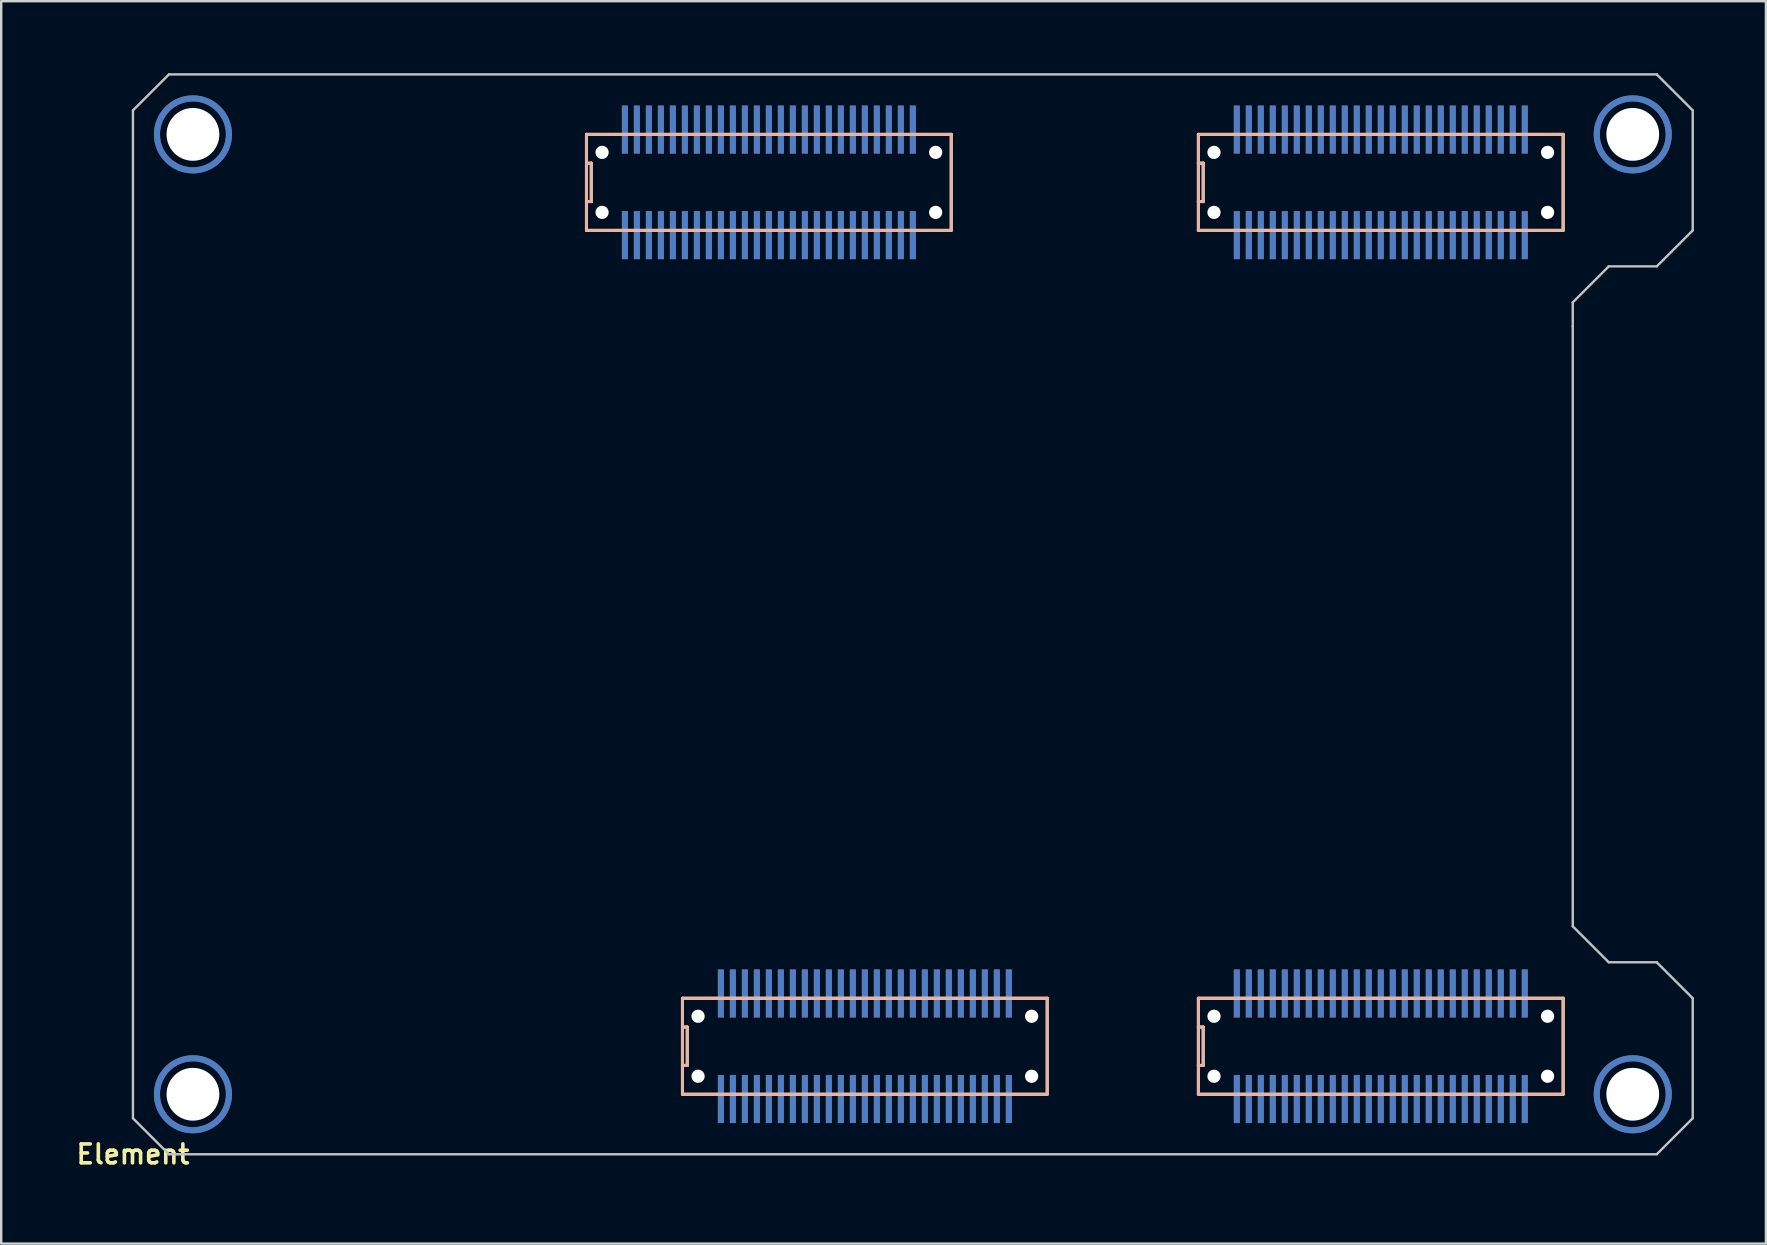
<source format=kicad_pcb>
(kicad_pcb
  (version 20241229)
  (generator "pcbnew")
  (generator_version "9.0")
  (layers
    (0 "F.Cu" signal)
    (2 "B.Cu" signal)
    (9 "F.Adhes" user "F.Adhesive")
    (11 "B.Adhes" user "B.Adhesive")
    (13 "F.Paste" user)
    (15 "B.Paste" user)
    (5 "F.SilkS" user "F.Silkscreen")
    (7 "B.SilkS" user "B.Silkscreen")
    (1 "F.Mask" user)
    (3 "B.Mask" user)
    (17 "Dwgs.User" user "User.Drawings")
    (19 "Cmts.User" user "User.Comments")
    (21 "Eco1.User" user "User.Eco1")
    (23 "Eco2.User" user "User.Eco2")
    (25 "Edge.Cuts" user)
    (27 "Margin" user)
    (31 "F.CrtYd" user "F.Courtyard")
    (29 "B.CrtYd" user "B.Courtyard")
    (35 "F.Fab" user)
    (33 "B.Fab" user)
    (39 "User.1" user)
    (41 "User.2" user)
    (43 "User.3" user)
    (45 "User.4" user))
  (footprint "Element"
    (layer "F.Cu")
    (at 2.49 45.05)
    (property "Reference" "Element" (at 0 0 0) (layer "F.SilkS") (effects (font (size 0.787 0.787) (thickness 0.15))))
    (attr smd)
    (fp_circle (center 2.5 -42.5) (end 4 -42.5) (stroke (width 0.254) (type solid)) (fill no) (layer "F.Cu"))
    (fp_circle (center 2.5 -2.5) (end 4 -2.5) (stroke (width 0.254) (type solid)) (fill no) (layer "F.Cu"))
    (fp_circle (center 62.5 -42.5) (end 64 -42.5) (stroke (width 0.254) (type solid)) (fill no) (layer "F.Cu"))
    (fp_circle (center 62.5 -2.5) (end 64 -2.5) (stroke (width 0.254) (type solid)) (fill no) (layer "F.Cu"))
    (fp_circle (center 2.5 -42.5) (end 4 -42.5) (stroke (width 0.254) (type solid)) (fill no) (layer "F.Mask"))
    (fp_circle (center 2.5 -2.5) (end 4 -2.5) (stroke (width 0.254) (type solid)) (fill no) (layer "F.Mask"))
    (fp_circle (center 62.5 -42.5) (end 64 -42.5) (stroke (width 0.254) (type solid)) (fill no) (layer "F.Mask"))
    (fp_circle (center 62.5 -2.5) (end 64 -2.5) (stroke (width 0.254) (type solid)) (fill no) (layer "F.Mask"))
    (fp_circle (center 2.5 -42.5) (end 4 -42.5) (stroke (width 0.254) (type solid)) (fill no) (layer "B.Cu"))
    (fp_circle (center 2.5 -2.5) (end 4 -2.5) (stroke (width 0.254) (type solid)) (fill no) (layer "B.Cu"))
    (fp_circle (center 62.5 -42.5) (end 64 -42.5) (stroke (width 0.254) (type solid)) (fill no) (layer "B.Cu"))
    (fp_circle (center 62.5 -2.5) (end 64 -2.5) (stroke (width 0.254) (type solid)) (fill no) (layer "B.Cu"))
    (fp_circle (center 2.5 -42.5) (end 4 -42.5) (stroke (width 0.254) (type solid)) (fill no) (layer "B.Mask"))
    (fp_circle (center 2.5 -2.5) (end 4 -2.5) (stroke (width 0.254) (type solid)) (fill no) (layer "B.Mask"))
    (fp_circle (center 62.5 -42.5) (end 64 -42.5) (stroke (width 0.254) (type solid)) (fill no) (layer "B.Mask"))
    (fp_circle (center 62.5 -2.5) (end 64 -2.5) (stroke (width 0.254) (type solid)) (fill no) (layer "B.Mask"))
    (fp_line (start 18.9 -42.5) (end 34.1 -42.5) (stroke (width 0.127) (type solid)) (layer "F.SilkS"))
    (fp_line (start 18.9 -41.3) (end 18.9 -42.5) (stroke (width 0.127) (type solid)) (layer "F.SilkS"))
    (fp_line (start 18.9 -39.7) (end 18.9 -41.3) (stroke (width 0.127) (type solid)) (layer "F.SilkS"))
    (fp_line (start 18.9 -39.7) (end 19.1 -39.7) (stroke (width 0.127) (type solid)) (layer "F.SilkS"))
    (fp_line (start 18.9 -38.5) (end 18.9 -39.7) (stroke (width 0.127) (type solid)) (layer "F.SilkS"))
    (fp_line (start 19.1 -41.3) (end 18.9 -41.3) (stroke (width 0.127) (type solid)) (layer "F.SilkS"))
    (fp_line (start 19.1 -39.7) (end 19.1 -41.3) (stroke (width 0.127) (type solid)) (layer "F.SilkS"))
    (fp_line (start 22.9 -6.5) (end 38.1 -6.5) (stroke (width 0.127) (type solid)) (layer "F.SilkS"))
    (fp_line (start 22.9 -5.3) (end 22.9 -6.5) (stroke (width 0.127) (type solid)) (layer "F.SilkS"))
    (fp_line (start 22.9 -3.7) (end 22.9 -5.3) (stroke (width 0.127) (type solid)) (layer "F.SilkS"))
    (fp_line (start 22.9 -3.7) (end 23.1 -3.7) (stroke (width 0.127) (type solid)) (layer "F.SilkS"))
    (fp_line (start 22.9 -2.5) (end 22.9 -3.7) (stroke (width 0.127) (type solid)) (layer "F.SilkS"))
    (fp_line (start 23.1 -5.3) (end 22.9 -5.3) (stroke (width 0.127) (type solid)) (layer "F.SilkS"))
    (fp_line (start 23.1 -3.7) (end 23.1 -5.3) (stroke (width 0.127) (type solid)) (layer "F.SilkS"))
    (fp_line (start 34.1 -42.5) (end 34.1 -38.5) (stroke (width 0.127) (type solid)) (layer "F.SilkS"))
    (fp_line (start 34.1 -38.5) (end 18.9 -38.5) (stroke (width 0.127) (type solid)) (layer "F.SilkS"))
    (fp_line (start 38.1 -6.5) (end 38.1 -2.5) (stroke (width 0.127) (type solid)) (layer "F.SilkS"))
    (fp_line (start 38.1 -2.5) (end 22.9 -2.5) (stroke (width 0.127) (type solid)) (layer "F.SilkS"))
    (fp_line (start 44.4 -42.5) (end 59.6 -42.5) (stroke (width 0.127) (type solid)) (layer "F.SilkS"))
    (fp_line (start 44.4 -41.3) (end 44.4 -42.5) (stroke (width 0.127) (type solid)) (layer "F.SilkS"))
    (fp_line (start 44.4 -39.7) (end 44.4 -41.3) (stroke (width 0.127) (type solid)) (layer "F.SilkS"))
    (fp_line (start 44.4 -39.7) (end 44.6 -39.7) (stroke (width 0.127) (type solid)) (layer "F.SilkS"))
    (fp_line (start 44.4 -38.5) (end 44.4 -39.7) (stroke (width 0.127) (type solid)) (layer "F.SilkS"))
    (fp_line (start 44.4 -6.5) (end 59.6 -6.5) (stroke (width 0.127) (type solid)) (layer "F.SilkS"))
    (fp_line (start 44.4 -5.3) (end 44.4 -6.5) (stroke (width 0.127) (type solid)) (layer "F.SilkS"))
    (fp_line (start 44.4 -3.7) (end 44.4 -5.3) (stroke (width 0.127) (type solid)) (layer "F.SilkS"))
    (fp_line (start 44.4 -3.7) (end 44.6 -3.7) (stroke (width 0.127) (type solid)) (layer "F.SilkS"))
    (fp_line (start 44.4 -2.5) (end 44.4 -3.7) (stroke (width 0.127) (type solid)) (layer "F.SilkS"))
    (fp_line (start 44.6 -41.3) (end 44.4 -41.3) (stroke (width 0.127) (type solid)) (layer "F.SilkS"))
    (fp_line (start 44.6 -39.7) (end 44.6 -41.3) (stroke (width 0.127) (type solid)) (layer "F.SilkS"))
    (fp_line (start 44.6 -5.3) (end 44.4 -5.3) (stroke (width 0.127) (type solid)) (layer "F.SilkS"))
    (fp_line (start 44.6 -3.7) (end 44.6 -5.3) (stroke (width 0.127) (type solid)) (layer "F.SilkS"))
    (fp_line (start 59.6 -42.5) (end 59.6 -38.5) (stroke (width 0.127) (type solid)) (layer "F.SilkS"))
    (fp_line (start 59.6 -38.5) (end 44.4 -38.5) (stroke (width 0.127) (type solid)) (layer "F.SilkS"))
    (fp_line (start 59.6 -6.5) (end 59.6 -2.5) (stroke (width 0.127) (type solid)) (layer "F.SilkS"))
    (fp_line (start 59.6 -2.5) (end 44.4 -2.5) (stroke (width 0.127) (type solid)) (layer "F.SilkS"))
    (fp_line (start 18.9 -42.5) (end 18.9 -41.3) (stroke (width 0.127) (type solid)) (layer "B.SilkS"))
    (fp_line (start 18.9 -41.3) (end 18.9 -39.7) (stroke (width 0.127) (type solid)) (layer "B.SilkS"))
    (fp_line (start 18.9 -41.3) (end 19.1 -41.3) (stroke (width 0.127) (type solid)) (layer "B.SilkS"))
    (fp_line (start 18.9 -39.7) (end 18.9 -38.5) (stroke (width 0.127) (type solid)) (layer "B.SilkS"))
    (fp_line (start 18.9 -38.5) (end 34.1 -38.5) (stroke (width 0.127) (type solid)) (layer "B.SilkS"))
    (fp_line (start 19.1 -41.3) (end 19.1 -39.7) (stroke (width 0.127) (type solid)) (layer "B.SilkS"))
    (fp_line (start 19.1 -39.7) (end 18.9 -39.7) (stroke (width 0.127) (type solid)) (layer "B.SilkS"))
    (fp_line (start 22.9 -6.5) (end 22.9 -5.3) (stroke (width 0.127) (type solid)) (layer "B.SilkS"))
    (fp_line (start 22.9 -5.3) (end 22.9 -3.7) (stroke (width 0.127) (type solid)) (layer "B.SilkS"))
    (fp_line (start 22.9 -5.3) (end 23.1 -5.3) (stroke (width 0.127) (type solid)) (layer "B.SilkS"))
    (fp_line (start 22.9 -3.7) (end 22.9 -2.5) (stroke (width 0.127) (type solid)) (layer "B.SilkS"))
    (fp_line (start 22.9 -2.5) (end 38.1 -2.5) (stroke (width 0.127) (type solid)) (layer "B.SilkS"))
    (fp_line (start 23.1 -5.3) (end 23.1 -3.7) (stroke (width 0.127) (type solid)) (layer "B.SilkS"))
    (fp_line (start 23.1 -3.7) (end 22.9 -3.7) (stroke (width 0.127) (type solid)) (layer "B.SilkS"))
    (fp_line (start 34.1 -42.5) (end 18.9 -42.5) (stroke (width 0.127) (type solid)) (layer "B.SilkS"))
    (fp_line (start 34.1 -38.5) (end 34.1 -42.5) (stroke (width 0.127) (type solid)) (layer "B.SilkS"))
    (fp_line (start 38.1 -6.5) (end 22.9 -6.5) (stroke (width 0.127) (type solid)) (layer "B.SilkS"))
    (fp_line (start 38.1 -2.5) (end 38.1 -6.5) (stroke (width 0.127) (type solid)) (layer "B.SilkS"))
    (fp_line (start 44.4 -42.5) (end 44.4 -41.3) (stroke (width 0.127) (type solid)) (layer "B.SilkS"))
    (fp_line (start 44.4 -41.3) (end 44.4 -39.7) (stroke (width 0.127) (type solid)) (layer "B.SilkS"))
    (fp_line (start 44.4 -41.3) (end 44.6 -41.3) (stroke (width 0.127) (type solid)) (layer "B.SilkS"))
    (fp_line (start 44.4 -39.7) (end 44.4 -38.5) (stroke (width 0.127) (type solid)) (layer "B.SilkS"))
    (fp_line (start 44.4 -38.5) (end 59.6 -38.5) (stroke (width 0.127) (type solid)) (layer "B.SilkS"))
    (fp_line (start 44.4 -6.5) (end 44.4 -5.3) (stroke (width 0.127) (type solid)) (layer "B.SilkS"))
    (fp_line (start 44.4 -5.3) (end 44.4 -3.7) (stroke (width 0.127) (type solid)) (layer "B.SilkS"))
    (fp_line (start 44.4 -5.3) (end 44.6 -5.3) (stroke (width 0.127) (type solid)) (layer "B.SilkS"))
    (fp_line (start 44.4 -3.7) (end 44.4 -2.5) (stroke (width 0.127) (type solid)) (layer "B.SilkS"))
    (fp_line (start 44.4 -2.5) (end 59.6 -2.5) (stroke (width 0.127) (type solid)) (layer "B.SilkS"))
    (fp_line (start 44.6 -41.3) (end 44.6 -39.7) (stroke (width 0.127) (type solid)) (layer "B.SilkS"))
    (fp_line (start 44.6 -39.7) (end 44.4 -39.7) (stroke (width 0.127) (type solid)) (layer "B.SilkS"))
    (fp_line (start 44.6 -5.3) (end 44.6 -3.7) (stroke (width 0.127) (type solid)) (layer "B.SilkS"))
    (fp_line (start 44.6 -3.7) (end 44.4 -3.7) (stroke (width 0.127) (type solid)) (layer "B.SilkS"))
    (fp_line (start 59.6 -42.5) (end 44.4 -42.5) (stroke (width 0.127) (type solid)) (layer "B.SilkS"))
    (fp_line (start 59.6 -38.5) (end 59.6 -42.5) (stroke (width 0.127) (type solid)) (layer "B.SilkS"))
    (fp_line (start 59.6 -6.5) (end 44.4 -6.5) (stroke (width 0.127) (type solid)) (layer "B.SilkS"))
    (fp_line (start 59.6 -2.5) (end 59.6 -6.5) (stroke (width 0.127) (type solid)) (layer "B.SilkS"))
    (fp_line (start 0 -43.5) (end 0 -1.5) (stroke (width 0.1) (type solid)) (layer "Dwgs.User"))
    (fp_line (start 0 -1.5) (end 1.5 0) (stroke (width 0.1) (type solid)) (layer "Dwgs.User"))
    (fp_line (start 1.5 -45) (end 0 -43.5) (stroke (width 0.1) (type solid)) (layer "Dwgs.User"))
    (fp_line (start 1.5 0) (end 63.5 0) (stroke (width 0.1) (type solid)) (layer "Dwgs.User"))
    (fp_line (start 60 -35.5) (end 61.5 -37) (stroke (width 0.1) (type solid)) (layer "Dwgs.User"))
    (fp_line (start 60 -34.5) (end 60 -35.5) (stroke (width 0.1) (type solid)) (layer "Dwgs.User"))
    (fp_line (start 60 -9.5) (end 60 -34.5) (stroke (width 0.1) (type solid)) (layer "Dwgs.User"))
    (fp_line (start 61.5 -37) (end 63.5 -37) (stroke (width 0.1) (type solid)) (layer "Dwgs.User"))
    (fp_line (start 61.5 -8) (end 60 -9.5) (stroke (width 0.1) (type solid)) (layer "Dwgs.User"))
    (fp_line (start 63.5 -45) (end 1.5 -45) (stroke (width 0.1) (type solid)) (layer "Dwgs.User"))
    (fp_line (start 63.5 -37) (end 65 -38.5) (stroke (width 0.1) (type solid)) (layer "Dwgs.User"))
    (fp_line (start 63.5 -8) (end 61.5 -8) (stroke (width 0.1) (type solid)) (layer "Dwgs.User"))
    (fp_line (start 63.5 0) (end 65 -1.5) (stroke (width 0.1) (type solid)) (layer "Dwgs.User"))
    (fp_line (start 65 -43.5) (end 63.5 -45) (stroke (width 0.1) (type solid)) (layer "Dwgs.User"))
    (fp_line (start 65 -38.5) (end 65 -43.5) (stroke (width 0.1) (type solid)) (layer "Dwgs.User"))
    (fp_line (start 65 -6.5) (end 63.5 -8) (stroke (width 0.1) (type solid)) (layer "Dwgs.User"))
    (fp_line (start 65 -1.5) (end 65 -6.5) (stroke (width 0.1) (type solid)) (layer "Dwgs.User"))
    (pad "" np_thru_hole circle (at 2.5 -42.5) (size 2.2 2.2) (drill 2.2) (layers "*.Cu" "*.Mask"))
    (pad "" np_thru_hole circle (at 2.5 -2.5) (size 2.2 2.2) (drill 2.2) (layers "*.Cu" "*.Mask"))
    (pad "" np_thru_hole circle (at 19.55 -41.75) (size 0.55 0.55) (drill 0.55) (layers "*.Cu" "*.Mask"))
    (pad "" np_thru_hole circle (at 19.55 -39.25) (size 0.55 0.55) (drill 0.55) (layers "*.Cu" "*.Mask"))
    (pad "" np_thru_hole circle (at 23.55 -5.75) (size 0.55 0.55) (drill 0.55) (layers "*.Cu" "*.Mask"))
    (pad "" np_thru_hole circle (at 23.55 -3.25) (size 0.55 0.55) (drill 0.55) (layers "*.Cu" "*.Mask"))
    (pad "" np_thru_hole circle (at 33.45 -41.75) (size 0.55 0.55) (drill 0.55) (layers "*.Cu" "*.Mask"))
    (pad "" np_thru_hole circle (at 33.45 -39.25) (size 0.55 0.55) (drill 0.55) (layers "*.Cu" "*.Mask"))
    (pad "" np_thru_hole circle (at 37.45 -5.75) (size 0.55 0.55) (drill 0.55) (layers "*.Cu" "*.Mask"))
    (pad "" np_thru_hole circle (at 37.45 -3.25) (size 0.55 0.55) (drill 0.55) (layers "*.Cu" "*.Mask"))
    (pad "" np_thru_hole circle (at 45.05 -41.75) (size 0.55 0.55) (drill 0.55) (layers "*.Cu" "*.Mask"))
    (pad "" np_thru_hole circle (at 45.05 -39.25) (size 0.55 0.55) (drill 0.55) (layers "*.Cu" "*.Mask"))
    (pad "" np_thru_hole circle (at 45.05 -5.75) (size 0.55 0.55) (drill 0.55) (layers "*.Cu" "*.Mask"))
    (pad "" np_thru_hole circle (at 45.05 -3.25) (size 0.55 0.55) (drill 0.55) (layers "*.Cu" "*.Mask"))
    (pad "" np_thru_hole circle (at 58.95 -41.75) (size 0.55 0.55) (drill 0.55) (layers "*.Cu" "*.Mask"))
    (pad "" np_thru_hole circle (at 58.95 -39.25) (size 0.55 0.55) (drill 0.55) (layers "*.Cu" "*.Mask"))
    (pad "" np_thru_hole circle (at 58.95 -5.75) (size 0.55 0.55) (drill 0.55) (layers "*.Cu" "*.Mask"))
    (pad "" np_thru_hole circle (at 58.95 -3.25) (size 0.55 0.55) (drill 0.55) (layers "*.Cu" "*.Mask"))
    (pad "" np_thru_hole circle (at 62.5 -42.5) (size 2.2 2.2) (drill 2.2) (layers "*.Cu" "*.Mask"))
    (pad "" np_thru_hole circle (at 62.5 -2.5) (size 2.2 2.2) (drill 2.2) (layers "*.Cu" "*.Mask"))
    (pad "A_1" smd rect (at 20.5 -38.3 90) (size 2 0.25) (layers "F.Cu" "F.Mask" "F.Paste"))
    (pad "A_1" smd rect (at 20.5 -38.3 90) (size 2 0.25) (layers "B.Cu" "B.Mask" "B.Paste"))
    (pad "A_2" smd rect (at 21 -38.3 90) (size 2 0.25) (layers "F.Cu" "F.Mask" "F.Paste"))
    (pad "A_2" smd rect (at 21 -38.3 90) (size 2 0.25) (layers "B.Cu" "B.Mask" "B.Paste"))
    (pad "A_3" smd rect (at 21.5 -38.3 90) (size 2 0.25) (layers "F.Cu" "F.Mask" "F.Paste"))
    (pad "A_3" smd rect (at 21.5 -38.3 90) (size 2 0.25) (layers "B.Cu" "B.Mask" "B.Paste"))
    (pad "A_4" smd rect (at 22 -38.3 90) (size 2 0.25) (layers "F.Cu" "F.Mask" "F.Paste"))
    (pad "A_4" smd rect (at 22 -38.3 90) (size 2 0.25) (layers "B.Cu" "B.Mask" "B.Paste"))
    (pad "A_5" smd rect (at 22.5 -38.3 90) (size 2 0.25) (layers "F.Cu" "F.Mask" "F.Paste"))
    (pad "A_5" smd rect (at 22.5 -38.3 90) (size 2 0.25) (layers "B.Cu" "B.Mask" "B.Paste"))
    (pad "A_6" smd rect (at 23 -38.3 90) (size 2 0.25) (layers "F.Cu" "F.Mask" "F.Paste"))
    (pad "A_6" smd rect (at 23 -38.3 90) (size 2 0.25) (layers "B.Cu" "B.Mask" "B.Paste"))
    (pad "A_7" smd rect (at 23.5 -38.3 90) (size 2 0.25) (layers "F.Cu" "F.Mask" "F.Paste"))
    (pad "A_7" smd rect (at 23.5 -38.3 90) (size 2 0.25) (layers "B.Cu" "B.Mask" "B.Paste"))
    (pad "A_8" smd rect (at 24 -38.3 90) (size 2 0.25) (layers "F.Cu" "F.Mask" "F.Paste"))
    (pad "A_8" smd rect (at 24 -38.3 90) (size 2 0.25) (layers "B.Cu" "B.Mask" "B.Paste"))
    (pad "A_9" smd rect (at 24.5 -38.3 90) (size 2 0.25) (layers "F.Cu" "F.Mask" "F.Paste"))
    (pad "A_9" smd rect (at 24.5 -38.3 90) (size 2 0.25) (layers "B.Cu" "B.Mask" "B.Paste"))
    (pad "A_10" smd rect (at 25 -38.3 90) (size 2 0.25) (layers "F.Cu" "F.Mask" "F.Paste"))
    (pad "A_10" smd rect (at 25 -38.3 90) (size 2 0.25) (layers "B.Cu" "B.Mask" "B.Paste"))
    (pad "A_11" smd rect (at 25.5 -38.3 90) (size 2 0.25) (layers "F.Cu" "F.Mask" "F.Paste"))
    (pad "A_11" smd rect (at 25.5 -38.3 90) (size 2 0.25) (layers "B.Cu" "B.Mask" "B.Paste"))
    (pad "A_12" smd rect (at 26 -38.3 90) (size 2 0.25) (layers "F.Cu" "F.Mask" "F.Paste"))
    (pad "A_12" smd rect (at 26 -38.3 90) (size 2 0.25) (layers "B.Cu" "B.Mask" "B.Paste"))
    (pad "A_13" smd rect (at 26.5 -38.3 90) (size 2 0.25) (layers "F.Cu" "F.Mask" "F.Paste"))
    (pad "A_13" smd rect (at 26.5 -38.3 90) (size 2 0.25) (layers "B.Cu" "B.Mask" "B.Paste"))
    (pad "A_14" smd rect (at 27 -38.3 90) (size 2 0.25) (layers "F.Cu" "F.Mask" "F.Paste"))
    (pad "A_14" smd rect (at 27 -38.3 90) (size 2 0.25) (layers "B.Cu" "B.Mask" "B.Paste"))
    (pad "A_15" smd rect (at 27.5 -38.3 90) (size 2 0.25) (layers "F.Cu" "F.Mask" "F.Paste"))
    (pad "A_15" smd rect (at 27.5 -38.3 90) (size 2 0.25) (layers "B.Cu" "B.Mask" "B.Paste"))
    (pad "A_16" smd rect (at 28 -38.3 90) (size 2 0.25) (layers "F.Cu" "F.Mask" "F.Paste"))
    (pad "A_16" smd rect (at 28 -38.3 90) (size 2 0.25) (layers "B.Cu" "B.Mask" "B.Paste"))
    (pad "A_17" smd rect (at 28.5 -38.3 90) (size 2 0.25) (layers "F.Cu" "F.Mask" "F.Paste"))
    (pad "A_17" smd rect (at 28.5 -38.3 90) (size 2 0.25) (layers "B.Cu" "B.Mask" "B.Paste"))
    (pad "A_18" smd rect (at 29 -38.3 90) (size 2 0.25) (layers "F.Cu" "F.Mask" "F.Paste"))
    (pad "A_18" smd rect (at 29 -38.3 90) (size 2 0.25) (layers "B.Cu" "B.Mask" "B.Paste"))
    (pad "A_19" smd rect (at 29.5 -38.3 90) (size 2 0.25) (layers "F.Cu" "F.Mask" "F.Paste"))
    (pad "A_19" smd rect (at 29.5 -38.3 90) (size 2 0.25) (layers "B.Cu" "B.Mask" "B.Paste"))
    (pad "A_20" smd rect (at 30 -38.3 90) (size 2 0.25) (layers "F.Cu" "F.Mask" "F.Paste"))
    (pad "A_20" smd rect (at 30 -38.3 90) (size 2 0.25) (layers "B.Cu" "B.Mask" "B.Paste"))
    (pad "A_21" smd rect (at 30.5 -38.3 90) (size 2 0.25) (layers "F.Cu" "F.Mask" "F.Paste"))
    (pad "A_21" smd rect (at 30.5 -38.3 90) (size 2 0.25) (layers "B.Cu" "B.Mask" "B.Paste"))
    (pad "A_22" smd rect (at 31 -38.3 90) (size 2 0.25) (layers "F.Cu" "F.Mask" "F.Paste"))
    (pad "A_22" smd rect (at 31 -38.3 90) (size 2 0.25) (layers "B.Cu" "B.Mask" "B.Paste"))
    (pad "A_23" smd rect (at 31.5 -38.3 90) (size 2 0.25) (layers "F.Cu" "F.Mask" "F.Paste"))
    (pad "A_23" smd rect (at 31.5 -38.3 90) (size 2 0.25) (layers "B.Cu" "B.Mask" "B.Paste"))
    (pad "A_24" smd rect (at 32 -38.3 90) (size 2 0.25) (layers "F.Cu" "F.Mask" "F.Paste"))
    (pad "A_24" smd rect (at 32 -38.3 90) (size 2 0.25) (layers "B.Cu" "B.Mask" "B.Paste"))
    (pad "A_25" smd rect (at 32.5 -38.3 90) (size 2 0.25) (layers "F.Cu" "F.Mask" "F.Paste"))
    (pad "A_25" smd rect (at 32.5 -38.3 90) (size 2 0.25) (layers "B.Cu" "B.Mask" "B.Paste"))
    (pad "A_26" smd rect (at 32.5 -42.7 90) (size 2 0.25) (layers "F.Cu" "F.Mask" "F.Paste"))
    (pad "A_26" smd rect (at 32.5 -42.7 90) (size 2 0.25) (layers "B.Cu" "B.Mask" "B.Paste"))
    (pad "A_27" smd rect (at 32 -42.7 90) (size 2 0.25) (layers "F.Cu" "F.Mask" "F.Paste"))
    (pad "A_27" smd rect (at 32 -42.7 90) (size 2 0.25) (layers "B.Cu" "B.Mask" "B.Paste"))
    (pad "A_28" smd rect (at 31.5 -42.7 90) (size 2 0.25) (layers "F.Cu" "F.Mask" "F.Paste"))
    (pad "A_28" smd rect (at 31.5 -42.7 90) (size 2 0.25) (layers "B.Cu" "B.Mask" "B.Paste"))
    (pad "A_29" smd rect (at 31 -42.7 90) (size 2 0.25) (layers "F.Cu" "F.Mask" "F.Paste"))
    (pad "A_29" smd rect (at 31 -42.7 90) (size 2 0.25) (layers "B.Cu" "B.Mask" "B.Paste"))
    (pad "A_30" smd rect (at 30.5 -42.7 90) (size 2 0.25) (layers "F.Cu" "F.Mask" "F.Paste"))
    (pad "A_30" smd rect (at 30.5 -42.7 90) (size 2 0.25) (layers "B.Cu" "B.Mask" "B.Paste"))
    (pad "A_31" smd rect (at 30 -42.7 90) (size 2 0.25) (layers "F.Cu" "F.Mask" "F.Paste"))
    (pad "A_31" smd rect (at 30 -42.7 90) (size 2 0.25) (layers "B.Cu" "B.Mask" "B.Paste"))
    (pad "A_32" smd rect (at 29.5 -42.7 90) (size 2 0.25) (layers "F.Cu" "F.Mask" "F.Paste"))
    (pad "A_32" smd rect (at 29.5 -42.7 90) (size 2 0.25) (layers "B.Cu" "B.Mask" "B.Paste"))
    (pad "A_33" smd rect (at 29 -42.7 90) (size 2 0.25) (layers "F.Cu" "F.Mask" "F.Paste"))
    (pad "A_33" smd rect (at 29 -42.7 90) (size 2 0.25) (layers "B.Cu" "B.Mask" "B.Paste"))
    (pad "A_34" smd rect (at 28.5 -42.7 90) (size 2 0.25) (layers "F.Cu" "F.Mask" "F.Paste"))
    (pad "A_34" smd rect (at 28.5 -42.7 90) (size 2 0.25) (layers "B.Cu" "B.Mask" "B.Paste"))
    (pad "A_35" smd rect (at 28 -42.7 90) (size 2 0.25) (layers "F.Cu" "F.Mask" "F.Paste"))
    (pad "A_35" smd rect (at 28 -42.7 90) (size 2 0.25) (layers "B.Cu" "B.Mask" "B.Paste"))
    (pad "A_36" smd rect (at 27.5 -42.7 90) (size 2 0.25) (layers "F.Cu" "F.Mask" "F.Paste"))
    (pad "A_36" smd rect (at 27.5 -42.7 90) (size 2 0.25) (layers "B.Cu" "B.Mask" "B.Paste"))
    (pad "A_37" smd rect (at 27 -42.7 90) (size 2 0.25) (layers "F.Cu" "F.Mask" "F.Paste"))
    (pad "A_37" smd rect (at 27 -42.7 90) (size 2 0.25) (layers "B.Cu" "B.Mask" "B.Paste"))
    (pad "A_38" smd rect (at 26.5 -42.7 90) (size 2 0.25) (layers "F.Cu" "F.Mask" "F.Paste"))
    (pad "A_38" smd rect (at 26.5 -42.7 90) (size 2 0.25) (layers "B.Cu" "B.Mask" "B.Paste"))
    (pad "A_39" smd rect (at 26 -42.7 90) (size 2 0.25) (layers "F.Cu" "F.Mask" "F.Paste"))
    (pad "A_39" smd rect (at 26 -42.7 90) (size 2 0.25) (layers "B.Cu" "B.Mask" "B.Paste"))
    (pad "A_40" smd rect (at 25.5 -42.7 90) (size 2 0.25) (layers "F.Cu" "F.Mask" "F.Paste"))
    (pad "A_40" smd rect (at 25.5 -42.7 90) (size 2 0.25) (layers "B.Cu" "B.Mask" "B.Paste"))
    (pad "A_41" smd rect (at 25 -42.7 90) (size 2 0.25) (layers "F.Cu" "F.Mask" "F.Paste"))
    (pad "A_41" smd rect (at 25 -42.7 90) (size 2 0.25) (layers "B.Cu" "B.Mask" "B.Paste"))
    (pad "A_42" smd rect (at 24.5 -42.7 90) (size 2 0.25) (layers "F.Cu" "F.Mask" "F.Paste"))
    (pad "A_42" smd rect (at 24.5 -42.7 90) (size 2 0.25) (layers "B.Cu" "B.Mask" "B.Paste"))
    (pad "A_43" smd rect (at 24 -42.7 90) (size 2 0.25) (layers "F.Cu" "F.Mask" "F.Paste"))
    (pad "A_43" smd rect (at 24 -42.7 90) (size 2 0.25) (layers "B.Cu" "B.Mask" "B.Paste"))
    (pad "A_44" smd rect (at 23.5 -42.7 90) (size 2 0.25) (layers "F.Cu" "F.Mask" "F.Paste"))
    (pad "A_44" smd rect (at 23.5 -42.7 90) (size 2 0.25) (layers "B.Cu" "B.Mask" "B.Paste"))
    (pad "A_45" smd rect (at 23 -42.7 90) (size 2 0.25) (layers "F.Cu" "F.Mask" "F.Paste"))
    (pad "A_45" smd rect (at 23 -42.7 90) (size 2 0.25) (layers "B.Cu" "B.Mask" "B.Paste"))
    (pad "A_46" smd rect (at 22.5 -42.7 90) (size 2 0.25) (layers "F.Cu" "F.Mask" "F.Paste"))
    (pad "A_46" smd rect (at 22.5 -42.7 90) (size 2 0.25) (layers "B.Cu" "B.Mask" "B.Paste"))
    (pad "A_47" smd rect (at 22 -42.7 90) (size 2 0.25) (layers "F.Cu" "F.Mask" "F.Paste"))
    (pad "A_47" smd rect (at 22 -42.7 90) (size 2 0.25) (layers "B.Cu" "B.Mask" "B.Paste"))
    (pad "A_48" smd rect (at 21.5 -42.7 90) (size 2 0.25) (layers "F.Cu" "F.Mask" "F.Paste"))
    (pad "A_48" smd rect (at 21.5 -42.7 90) (size 2 0.25) (layers "B.Cu" "B.Mask" "B.Paste"))
    (pad "A_49" smd rect (at 21 -42.7 90) (size 2 0.25) (layers "F.Cu" "F.Mask" "F.Paste"))
    (pad "A_49" smd rect (at 21 -42.7 90) (size 2 0.25) (layers "B.Cu" "B.Mask" "B.Paste"))
    (pad "A_50" smd rect (at 20.5 -42.7 90) (size 2 0.25) (layers "F.Cu" "F.Mask" "F.Paste"))
    (pad "A_50" smd rect (at 20.5 -42.7 90) (size 2 0.25) (layers "B.Cu" "B.Mask" "B.Paste"))
    (pad "B_1" smd rect (at 46 -38.3 90) (size 2 0.25) (layers "F.Cu" "F.Mask" "F.Paste"))
    (pad "B_1" smd rect (at 46 -38.3 90) (size 2 0.25) (layers "B.Cu" "B.Mask" "B.Paste"))
    (pad "B_2" smd rect (at 46.5 -38.3 90) (size 2 0.25) (layers "F.Cu" "F.Mask" "F.Paste"))
    (pad "B_2" smd rect (at 46.5 -38.3 90) (size 2 0.25) (layers "B.Cu" "B.Mask" "B.Paste"))
    (pad "B_3" smd rect (at 47 -38.3 90) (size 2 0.25) (layers "F.Cu" "F.Mask" "F.Paste"))
    (pad "B_3" smd rect (at 47 -38.3 90) (size 2 0.25) (layers "B.Cu" "B.Mask" "B.Paste"))
    (pad "B_4" smd rect (at 47.5 -38.3 90) (size 2 0.25) (layers "F.Cu" "F.Mask" "F.Paste"))
    (pad "B_4" smd rect (at 47.5 -38.3 90) (size 2 0.25) (layers "B.Cu" "B.Mask" "B.Paste"))
    (pad "B_5" smd rect (at 48 -38.3 90) (size 2 0.25) (layers "F.Cu" "F.Mask" "F.Paste"))
    (pad "B_5" smd rect (at 48 -38.3 90) (size 2 0.25) (layers "B.Cu" "B.Mask" "B.Paste"))
    (pad "B_6" smd rect (at 48.5 -38.3 90) (size 2 0.25) (layers "F.Cu" "F.Mask" "F.Paste"))
    (pad "B_6" smd rect (at 48.5 -38.3 90) (size 2 0.25) (layers "B.Cu" "B.Mask" "B.Paste"))
    (pad "B_7" smd rect (at 49 -38.3 90) (size 2 0.25) (layers "F.Cu" "F.Mask" "F.Paste"))
    (pad "B_7" smd rect (at 49 -38.3 90) (size 2 0.25) (layers "B.Cu" "B.Mask" "B.Paste"))
    (pad "B_8" smd rect (at 49.5 -38.3 90) (size 2 0.25) (layers "F.Cu" "F.Mask" "F.Paste"))
    (pad "B_8" smd rect (at 49.5 -38.3 90) (size 2 0.25) (layers "B.Cu" "B.Mask" "B.Paste"))
    (pad "B_9" smd rect (at 50 -38.3 90) (size 2 0.25) (layers "F.Cu" "F.Mask" "F.Paste"))
    (pad "B_9" smd rect (at 50 -38.3 90) (size 2 0.25) (layers "B.Cu" "B.Mask" "B.Paste"))
    (pad "B_10" smd rect (at 50.5 -38.3 90) (size 2 0.25) (layers "F.Cu" "F.Mask" "F.Paste"))
    (pad "B_10" smd rect (at 50.5 -38.3 90) (size 2 0.25) (layers "B.Cu" "B.Mask" "B.Paste"))
    (pad "B_11" smd rect (at 51 -38.3 90) (size 2 0.25) (layers "F.Cu" "F.Mask" "F.Paste"))
    (pad "B_11" smd rect (at 51 -38.3 90) (size 2 0.25) (layers "B.Cu" "B.Mask" "B.Paste"))
    (pad "B_12" smd rect (at 51.5 -38.3 90) (size 2 0.25) (layers "F.Cu" "F.Mask" "F.Paste"))
    (pad "B_12" smd rect (at 51.5 -38.3 90) (size 2 0.25) (layers "B.Cu" "B.Mask" "B.Paste"))
    (pad "B_13" smd rect (at 52 -38.3 90) (size 2 0.25) (layers "F.Cu" "F.Mask" "F.Paste"))
    (pad "B_13" smd rect (at 52 -38.3 90) (size 2 0.25) (layers "B.Cu" "B.Mask" "B.Paste"))
    (pad "B_14" smd rect (at 52.5 -38.3 90) (size 2 0.25) (layers "F.Cu" "F.Mask" "F.Paste"))
    (pad "B_14" smd rect (at 52.5 -38.3 90) (size 2 0.25) (layers "B.Cu" "B.Mask" "B.Paste"))
    (pad "B_15" smd rect (at 53 -38.3 90) (size 2 0.25) (layers "F.Cu" "F.Mask" "F.Paste"))
    (pad "B_15" smd rect (at 53 -38.3 90) (size 2 0.25) (layers "B.Cu" "B.Mask" "B.Paste"))
    (pad "B_16" smd rect (at 53.5 -38.3 90) (size 2 0.25) (layers "F.Cu" "F.Mask" "F.Paste"))
    (pad "B_16" smd rect (at 53.5 -38.3 90) (size 2 0.25) (layers "B.Cu" "B.Mask" "B.Paste"))
    (pad "B_17" smd rect (at 54 -38.3 90) (size 2 0.25) (layers "F.Cu" "F.Mask" "F.Paste"))
    (pad "B_17" smd rect (at 54 -38.3 90) (size 2 0.25) (layers "B.Cu" "B.Mask" "B.Paste"))
    (pad "B_18" smd rect (at 54.5 -38.3 90) (size 2 0.25) (layers "F.Cu" "F.Mask" "F.Paste"))
    (pad "B_18" smd rect (at 54.5 -38.3 90) (size 2 0.25) (layers "B.Cu" "B.Mask" "B.Paste"))
    (pad "B_19" smd rect (at 55 -38.3 90) (size 2 0.25) (layers "F.Cu" "F.Mask" "F.Paste"))
    (pad "B_19" smd rect (at 55 -38.3 90) (size 2 0.25) (layers "B.Cu" "B.Mask" "B.Paste"))
    (pad "B_20" smd rect (at 55.5 -38.3 90) (size 2 0.25) (layers "F.Cu" "F.Mask" "F.Paste"))
    (pad "B_20" smd rect (at 55.5 -38.3 90) (size 2 0.25) (layers "B.Cu" "B.Mask" "B.Paste"))
    (pad "B_21" smd rect (at 56 -38.3 90) (size 2 0.25) (layers "F.Cu" "F.Mask" "F.Paste"))
    (pad "B_21" smd rect (at 56 -38.3 90) (size 2 0.25) (layers "B.Cu" "B.Mask" "B.Paste"))
    (pad "B_22" smd rect (at 56.5 -38.3 90) (size 2 0.25) (layers "F.Cu" "F.Mask" "F.Paste"))
    (pad "B_22" smd rect (at 56.5 -38.3 90) (size 2 0.25) (layers "B.Cu" "B.Mask" "B.Paste"))
    (pad "B_23" smd rect (at 57 -38.3 90) (size 2 0.25) (layers "F.Cu" "F.Mask" "F.Paste"))
    (pad "B_23" smd rect (at 57 -38.3 90) (size 2 0.25) (layers "B.Cu" "B.Mask" "B.Paste"))
    (pad "B_24" smd rect (at 57.5 -38.3 90) (size 2 0.25) (layers "F.Cu" "F.Mask" "F.Paste"))
    (pad "B_24" smd rect (at 57.5 -38.3 90) (size 2 0.25) (layers "B.Cu" "B.Mask" "B.Paste"))
    (pad "B_25" smd rect (at 58 -38.3 90) (size 2 0.25) (layers "F.Cu" "F.Mask" "F.Paste"))
    (pad "B_25" smd rect (at 58 -38.3 90) (size 2 0.25) (layers "B.Cu" "B.Mask" "B.Paste"))
    (pad "B_26" smd rect (at 58 -42.7 90) (size 2 0.25) (layers "F.Cu" "F.Mask" "F.Paste"))
    (pad "B_26" smd rect (at 58 -42.7 90) (size 2 0.25) (layers "B.Cu" "B.Mask" "B.Paste"))
    (pad "B_27" smd rect (at 57.5 -42.7 90) (size 2 0.25) (layers "F.Cu" "F.Mask" "F.Paste"))
    (pad "B_27" smd rect (at 57.5 -42.7 90) (size 2 0.25) (layers "B.Cu" "B.Mask" "B.Paste"))
    (pad "B_28" smd rect (at 57 -42.7 90) (size 2 0.25) (layers "F.Cu" "F.Mask" "F.Paste"))
    (pad "B_28" smd rect (at 57 -42.7 90) (size 2 0.25) (layers "B.Cu" "B.Mask" "B.Paste"))
    (pad "B_29" smd rect (at 56.5 -42.7 90) (size 2 0.25) (layers "F.Cu" "F.Mask" "F.Paste"))
    (pad "B_29" smd rect (at 56.5 -42.7 90) (size 2 0.25) (layers "B.Cu" "B.Mask" "B.Paste"))
    (pad "B_30" smd rect (at 56 -42.7 90) (size 2 0.25) (layers "F.Cu" "F.Mask" "F.Paste"))
    (pad "B_30" smd rect (at 56 -42.7 90) (size 2 0.25) (layers "B.Cu" "B.Mask" "B.Paste"))
    (pad "B_31" smd rect (at 55.5 -42.7 90) (size 2 0.25) (layers "F.Cu" "F.Mask" "F.Paste"))
    (pad "B_31" smd rect (at 55.5 -42.7 90) (size 2 0.25) (layers "B.Cu" "B.Mask" "B.Paste"))
    (pad "B_32" smd rect (at 55 -42.7 90) (size 2 0.25) (layers "F.Cu" "F.Mask" "F.Paste"))
    (pad "B_32" smd rect (at 55 -42.7 90) (size 2 0.25) (layers "B.Cu" "B.Mask" "B.Paste"))
    (pad "B_33" smd rect (at 54.5 -42.7 90) (size 2 0.25) (layers "F.Cu" "F.Mask" "F.Paste"))
    (pad "B_33" smd rect (at 54.5 -42.7 90) (size 2 0.25) (layers "B.Cu" "B.Mask" "B.Paste"))
    (pad "B_34" smd rect (at 54 -42.7 90) (size 2 0.25) (layers "F.Cu" "F.Mask" "F.Paste"))
    (pad "B_34" smd rect (at 54 -42.7 90) (size 2 0.25) (layers "B.Cu" "B.Mask" "B.Paste"))
    (pad "B_35" smd rect (at 53.5 -42.7 90) (size 2 0.25) (layers "F.Cu" "F.Mask" "F.Paste"))
    (pad "B_35" smd rect (at 53.5 -42.7 90) (size 2 0.25) (layers "B.Cu" "B.Mask" "B.Paste"))
    (pad "B_36" smd rect (at 53 -42.7 90) (size 2 0.25) (layers "F.Cu" "F.Mask" "F.Paste"))
    (pad "B_36" smd rect (at 53 -42.7 90) (size 2 0.25) (layers "B.Cu" "B.Mask" "B.Paste"))
    (pad "B_37" smd rect (at 52.5 -42.7 90) (size 2 0.25) (layers "F.Cu" "F.Mask" "F.Paste"))
    (pad "B_37" smd rect (at 52.5 -42.7 90) (size 2 0.25) (layers "B.Cu" "B.Mask" "B.Paste"))
    (pad "B_38" smd rect (at 52 -42.7 90) (size 2 0.25) (layers "F.Cu" "F.Mask" "F.Paste"))
    (pad "B_38" smd rect (at 52 -42.7 90) (size 2 0.25) (layers "B.Cu" "B.Mask" "B.Paste"))
    (pad "B_39" smd rect (at 51.5 -42.7 90) (size 2 0.25) (layers "F.Cu" "F.Mask" "F.Paste"))
    (pad "B_39" smd rect (at 51.5 -42.7 90) (size 2 0.25) (layers "B.Cu" "B.Mask" "B.Paste"))
    (pad "B_40" smd rect (at 51 -42.7 90) (size 2 0.25) (layers "F.Cu" "F.Mask" "F.Paste"))
    (pad "B_40" smd rect (at 51 -42.7 90) (size 2 0.25) (layers "B.Cu" "B.Mask" "B.Paste"))
    (pad "B_41" smd rect (at 50.5 -42.7 90) (size 2 0.25) (layers "F.Cu" "F.Mask" "F.Paste"))
    (pad "B_41" smd rect (at 50.5 -42.7 90) (size 2 0.25) (layers "B.Cu" "B.Mask" "B.Paste"))
    (pad "B_42" smd rect (at 50 -42.7 90) (size 2 0.25) (layers "F.Cu" "F.Mask" "F.Paste"))
    (pad "B_42" smd rect (at 50 -42.7 90) (size 2 0.25) (layers "B.Cu" "B.Mask" "B.Paste"))
    (pad "B_43" smd rect (at 49.5 -42.7 90) (size 2 0.25) (layers "F.Cu" "F.Mask" "F.Paste"))
    (pad "B_43" smd rect (at 49.5 -42.7 90) (size 2 0.25) (layers "B.Cu" "B.Mask" "B.Paste"))
    (pad "B_44" smd rect (at 49 -42.7 90) (size 2 0.25) (layers "F.Cu" "F.Mask" "F.Paste"))
    (pad "B_44" smd rect (at 49 -42.7 90) (size 2 0.25) (layers "B.Cu" "B.Mask" "B.Paste"))
    (pad "B_45" smd rect (at 48.5 -42.7 90) (size 2 0.25) (layers "F.Cu" "F.Mask" "F.Paste"))
    (pad "B_45" smd rect (at 48.5 -42.7 90) (size 2 0.25) (layers "B.Cu" "B.Mask" "B.Paste"))
    (pad "B_46" smd rect (at 48 -42.7 90) (size 2 0.25) (layers "F.Cu" "F.Mask" "F.Paste"))
    (pad "B_46" smd rect (at 48 -42.7 90) (size 2 0.25) (layers "B.Cu" "B.Mask" "B.Paste"))
    (pad "B_47" smd rect (at 47.5 -42.7 90) (size 2 0.25) (layers "F.Cu" "F.Mask" "F.Paste"))
    (pad "B_47" smd rect (at 47.5 -42.7 90) (size 2 0.25) (layers "B.Cu" "B.Mask" "B.Paste"))
    (pad "B_48" smd rect (at 47 -42.7 90) (size 2 0.25) (layers "F.Cu" "F.Mask" "F.Paste"))
    (pad "B_48" smd rect (at 47 -42.7 90) (size 2 0.25) (layers "B.Cu" "B.Mask" "B.Paste"))
    (pad "B_49" smd rect (at 46.5 -42.7 90) (size 2 0.25) (layers "F.Cu" "F.Mask" "F.Paste"))
    (pad "B_49" smd rect (at 46.5 -42.7 90) (size 2 0.25) (layers "B.Cu" "B.Mask" "B.Paste"))
    (pad "B_50" smd rect (at 46 -42.7 90) (size 2 0.25) (layers "F.Cu" "F.Mask" "F.Paste"))
    (pad "B_50" smd rect (at 46 -42.7 90) (size 2 0.25) (layers "B.Cu" "B.Mask" "B.Paste"))
    (pad "C_1" smd rect (at 24.5 -2.3 90) (size 2 0.25) (layers "F.Cu" "F.Mask" "F.Paste"))
    (pad "C_1" smd rect (at 24.5 -2.3 90) (size 2 0.25) (layers "B.Cu" "B.Mask" "B.Paste"))
    (pad "C_2" smd rect (at 25 -2.3 90) (size 2 0.25) (layers "F.Cu" "F.Mask" "F.Paste"))
    (pad "C_2" smd rect (at 25 -2.3 90) (size 2 0.25) (layers "B.Cu" "B.Mask" "B.Paste"))
    (pad "C_3" smd rect (at 25.5 -2.3 90) (size 2 0.25) (layers "F.Cu" "F.Mask" "F.Paste"))
    (pad "C_3" smd rect (at 25.5 -2.3 90) (size 2 0.25) (layers "B.Cu" "B.Mask" "B.Paste"))
    (pad "C_4" smd rect (at 26 -2.3 90) (size 2 0.25) (layers "F.Cu" "F.Mask" "F.Paste"))
    (pad "C_4" smd rect (at 26 -2.3 90) (size 2 0.25) (layers "B.Cu" "B.Mask" "B.Paste"))
    (pad "C_5" smd rect (at 26.5 -2.3 90) (size 2 0.25) (layers "F.Cu" "F.Mask" "F.Paste"))
    (pad "C_5" smd rect (at 26.5 -2.3 90) (size 2 0.25) (layers "B.Cu" "B.Mask" "B.Paste"))
    (pad "C_6" smd rect (at 27 -2.3 90) (size 2 0.25) (layers "F.Cu" "F.Mask" "F.Paste"))
    (pad "C_6" smd rect (at 27 -2.3 90) (size 2 0.25) (layers "B.Cu" "B.Mask" "B.Paste"))
    (pad "C_7" smd rect (at 27.5 -2.3 90) (size 2 0.25) (layers "F.Cu" "F.Mask" "F.Paste"))
    (pad "C_7" smd rect (at 27.5 -2.3 90) (size 2 0.25) (layers "B.Cu" "B.Mask" "B.Paste"))
    (pad "C_8" smd rect (at 28 -2.3 90) (size 2 0.25) (layers "F.Cu" "F.Mask" "F.Paste"))
    (pad "C_8" smd rect (at 28 -2.3 90) (size 2 0.25) (layers "B.Cu" "B.Mask" "B.Paste"))
    (pad "C_9" smd rect (at 28.5 -2.3 90) (size 2 0.25) (layers "F.Cu" "F.Mask" "F.Paste"))
    (pad "C_9" smd rect (at 28.5 -2.3 90) (size 2 0.25) (layers "B.Cu" "B.Mask" "B.Paste"))
    (pad "C_10" smd rect (at 29 -2.3 90) (size 2 0.25) (layers "F.Cu" "F.Mask" "F.Paste"))
    (pad "C_10" smd rect (at 29 -2.3 90) (size 2 0.25) (layers "B.Cu" "B.Mask" "B.Paste"))
    (pad "C_11" smd rect (at 29.5 -2.3 90) (size 2 0.25) (layers "F.Cu" "F.Mask" "F.Paste"))
    (pad "C_11" smd rect (at 29.5 -2.3 90) (size 2 0.25) (layers "B.Cu" "B.Mask" "B.Paste"))
    (pad "C_12" smd rect (at 30 -2.3 90) (size 2 0.25) (layers "F.Cu" "F.Mask" "F.Paste"))
    (pad "C_12" smd rect (at 30 -2.3 90) (size 2 0.25) (layers "B.Cu" "B.Mask" "B.Paste"))
    (pad "C_13" smd rect (at 30.5 -2.3 90) (size 2 0.25) (layers "F.Cu" "F.Mask" "F.Paste"))
    (pad "C_13" smd rect (at 30.5 -2.3 90) (size 2 0.25) (layers "B.Cu" "B.Mask" "B.Paste"))
    (pad "C_14" smd rect (at 31 -2.3 90) (size 2 0.25) (layers "F.Cu" "F.Mask" "F.Paste"))
    (pad "C_14" smd rect (at 31 -2.3 90) (size 2 0.25) (layers "B.Cu" "B.Mask" "B.Paste"))
    (pad "C_15" smd rect (at 31.5 -2.3 90) (size 2 0.25) (layers "F.Cu" "F.Mask" "F.Paste"))
    (pad "C_15" smd rect (at 31.5 -2.3 90) (size 2 0.25) (layers "B.Cu" "B.Mask" "B.Paste"))
    (pad "C_16" smd rect (at 32 -2.3 90) (size 2 0.25) (layers "F.Cu" "F.Mask" "F.Paste"))
    (pad "C_16" smd rect (at 32 -2.3 90) (size 2 0.25) (layers "B.Cu" "B.Mask" "B.Paste"))
    (pad "C_17" smd rect (at 32.5 -2.3 90) (size 2 0.25) (layers "F.Cu" "F.Mask" "F.Paste"))
    (pad "C_17" smd rect (at 32.5 -2.3 90) (size 2 0.25) (layers "B.Cu" "B.Mask" "B.Paste"))
    (pad "C_18" smd rect (at 33 -2.3 90) (size 2 0.25) (layers "F.Cu" "F.Mask" "F.Paste"))
    (pad "C_18" smd rect (at 33 -2.3 90) (size 2 0.25) (layers "B.Cu" "B.Mask" "B.Paste"))
    (pad "C_19" smd rect (at 33.5 -2.3 90) (size 2 0.25) (layers "F.Cu" "F.Mask" "F.Paste"))
    (pad "C_19" smd rect (at 33.5 -2.3 90) (size 2 0.25) (layers "B.Cu" "B.Mask" "B.Paste"))
    (pad "C_20" smd rect (at 34 -2.3 90) (size 2 0.25) (layers "F.Cu" "F.Mask" "F.Paste"))
    (pad "C_20" smd rect (at 34 -2.3 90) (size 2 0.25) (layers "B.Cu" "B.Mask" "B.Paste"))
    (pad "C_21" smd rect (at 34.5 -2.3 90) (size 2 0.25) (layers "F.Cu" "F.Mask" "F.Paste"))
    (pad "C_21" smd rect (at 34.5 -2.3 90) (size 2 0.25) (layers "B.Cu" "B.Mask" "B.Paste"))
    (pad "C_22" smd rect (at 35 -2.3 90) (size 2 0.25) (layers "F.Cu" "F.Mask" "F.Paste"))
    (pad "C_22" smd rect (at 35 -2.3 90) (size 2 0.25) (layers "B.Cu" "B.Mask" "B.Paste"))
    (pad "C_23" smd rect (at 35.5 -2.3 90) (size 2 0.25) (layers "F.Cu" "F.Mask" "F.Paste"))
    (pad "C_23" smd rect (at 35.5 -2.3 90) (size 2 0.25) (layers "B.Cu" "B.Mask" "B.Paste"))
    (pad "C_24" smd rect (at 36 -2.3 90) (size 2 0.25) (layers "F.Cu" "F.Mask" "F.Paste"))
    (pad "C_24" smd rect (at 36 -2.3 90) (size 2 0.25) (layers "B.Cu" "B.Mask" "B.Paste"))
    (pad "C_25" smd rect (at 36.5 -2.3 90) (size 2 0.25) (layers "F.Cu" "F.Mask" "F.Paste"))
    (pad "C_25" smd rect (at 36.5 -2.3 90) (size 2 0.25) (layers "B.Cu" "B.Mask" "B.Paste"))
    (pad "C_26" smd rect (at 36.5 -6.7 90) (size 2 0.25) (layers "F.Cu" "F.Mask" "F.Paste"))
    (pad "C_26" smd rect (at 36.5 -6.7 90) (size 2 0.25) (layers "B.Cu" "B.Mask" "B.Paste"))
    (pad "C_27" smd rect (at 36 -6.7 90) (size 2 0.25) (layers "F.Cu" "F.Mask" "F.Paste"))
    (pad "C_27" smd rect (at 36 -6.7 90) (size 2 0.25) (layers "B.Cu" "B.Mask" "B.Paste"))
    (pad "C_28" smd rect (at 35.5 -6.7 90) (size 2 0.25) (layers "F.Cu" "F.Mask" "F.Paste"))
    (pad "C_28" smd rect (at 35.5 -6.7 90) (size 2 0.25) (layers "B.Cu" "B.Mask" "B.Paste"))
    (pad "C_29" smd rect (at 35 -6.7 90) (size 2 0.25) (layers "F.Cu" "F.Mask" "F.Paste"))
    (pad "C_29" smd rect (at 35 -6.7 90) (size 2 0.25) (layers "B.Cu" "B.Mask" "B.Paste"))
    (pad "C_30" smd rect (at 34.5 -6.7 90) (size 2 0.25) (layers "F.Cu" "F.Mask" "F.Paste"))
    (pad "C_30" smd rect (at 34.5 -6.7 90) (size 2 0.25) (layers "B.Cu" "B.Mask" "B.Paste"))
    (pad "C_31" smd rect (at 34 -6.7 90) (size 2 0.25) (layers "F.Cu" "F.Mask" "F.Paste"))
    (pad "C_31" smd rect (at 34 -6.7 90) (size 2 0.25) (layers "B.Cu" "B.Mask" "B.Paste"))
    (pad "C_32" smd rect (at 33.5 -6.7 90) (size 2 0.25) (layers "F.Cu" "F.Mask" "F.Paste"))
    (pad "C_32" smd rect (at 33.5 -6.7 90) (size 2 0.25) (layers "B.Cu" "B.Mask" "B.Paste"))
    (pad "C_33" smd rect (at 33 -6.7 90) (size 2 0.25) (layers "F.Cu" "F.Mask" "F.Paste"))
    (pad "C_33" smd rect (at 33 -6.7 90) (size 2 0.25) (layers "B.Cu" "B.Mask" "B.Paste"))
    (pad "C_34" smd rect (at 32.5 -6.7 90) (size 2 0.25) (layers "F.Cu" "F.Mask" "F.Paste"))
    (pad "C_34" smd rect (at 32.5 -6.7 90) (size 2 0.25) (layers "B.Cu" "B.Mask" "B.Paste"))
    (pad "C_35" smd rect (at 32 -6.7 90) (size 2 0.25) (layers "F.Cu" "F.Mask" "F.Paste"))
    (pad "C_35" smd rect (at 32 -6.7 90) (size 2 0.25) (layers "B.Cu" "B.Mask" "B.Paste"))
    (pad "C_36" smd rect (at 31.5 -6.7 90) (size 2 0.25) (layers "F.Cu" "F.Mask" "F.Paste"))
    (pad "C_36" smd rect (at 31.5 -6.7 90) (size 2 0.25) (layers "B.Cu" "B.Mask" "B.Paste"))
    (pad "C_37" smd rect (at 31 -6.7 90) (size 2 0.25) (layers "F.Cu" "F.Mask" "F.Paste"))
    (pad "C_37" smd rect (at 31 -6.7 90) (size 2 0.25) (layers "B.Cu" "B.Mask" "B.Paste"))
    (pad "C_38" smd rect (at 30.5 -6.7 90) (size 2 0.25) (layers "F.Cu" "F.Mask" "F.Paste"))
    (pad "C_38" smd rect (at 30.5 -6.7 90) (size 2 0.25) (layers "B.Cu" "B.Mask" "B.Paste"))
    (pad "C_39" smd rect (at 30 -6.7 90) (size 2 0.25) (layers "F.Cu" "F.Mask" "F.Paste"))
    (pad "C_39" smd rect (at 30 -6.7 90) (size 2 0.25) (layers "B.Cu" "B.Mask" "B.Paste"))
    (pad "C_40" smd rect (at 29.5 -6.7 90) (size 2 0.25) (layers "F.Cu" "F.Mask" "F.Paste"))
    (pad "C_40" smd rect (at 29.5 -6.7 90) (size 2 0.25) (layers "B.Cu" "B.Mask" "B.Paste"))
    (pad "C_41" smd rect (at 29 -6.7 90) (size 2 0.25) (layers "F.Cu" "F.Mask" "F.Paste"))
    (pad "C_41" smd rect (at 29 -6.7 90) (size 2 0.25) (layers "B.Cu" "B.Mask" "B.Paste"))
    (pad "C_42" smd rect (at 28.5 -6.7 90) (size 2 0.25) (layers "F.Cu" "F.Mask" "F.Paste"))
    (pad "C_42" smd rect (at 28.5 -6.7 90) (size 2 0.25) (layers "B.Cu" "B.Mask" "B.Paste"))
    (pad "C_43" smd rect (at 28 -6.7 90) (size 2 0.25) (layers "F.Cu" "F.Mask" "F.Paste"))
    (pad "C_43" smd rect (at 28 -6.7 90) (size 2 0.25) (layers "B.Cu" "B.Mask" "B.Paste"))
    (pad "C_44" smd rect (at 27.5 -6.7 90) (size 2 0.25) (layers "F.Cu" "F.Mask" "F.Paste"))
    (pad "C_44" smd rect (at 27.5 -6.7 90) (size 2 0.25) (layers "B.Cu" "B.Mask" "B.Paste"))
    (pad "C_45" smd rect (at 27 -6.7 90) (size 2 0.25) (layers "F.Cu" "F.Mask" "F.Paste"))
    (pad "C_45" smd rect (at 27 -6.7 90) (size 2 0.25) (layers "B.Cu" "B.Mask" "B.Paste"))
    (pad "C_46" smd rect (at 26.5 -6.7 90) (size 2 0.25) (layers "F.Cu" "F.Mask" "F.Paste"))
    (pad "C_46" smd rect (at 26.5 -6.7 90) (size 2 0.25) (layers "B.Cu" "B.Mask" "B.Paste"))
    (pad "C_47" smd rect (at 26 -6.7 90) (size 2 0.25) (layers "F.Cu" "F.Mask" "F.Paste"))
    (pad "C_47" smd rect (at 26 -6.7 90) (size 2 0.25) (layers "B.Cu" "B.Mask" "B.Paste"))
    (pad "C_48" smd rect (at 25.5 -6.7 90) (size 2 0.25) (layers "F.Cu" "F.Mask" "F.Paste"))
    (pad "C_48" smd rect (at 25.5 -6.7 90) (size 2 0.25) (layers "B.Cu" "B.Mask" "B.Paste"))
    (pad "C_49" smd rect (at 25 -6.7 90) (size 2 0.25) (layers "F.Cu" "F.Mask" "F.Paste"))
    (pad "C_49" smd rect (at 25 -6.7 90) (size 2 0.25) (layers "B.Cu" "B.Mask" "B.Paste"))
    (pad "C_50" smd rect (at 24.5 -6.7 90) (size 2 0.25) (layers "F.Cu" "F.Mask" "F.Paste"))
    (pad "C_50" smd rect (at 24.5 -6.7 90) (size 2 0.25) (layers "B.Cu" "B.Mask" "B.Paste"))
    (pad "D_1" smd rect (at 46 -2.3 90) (size 2 0.25) (layers "F.Cu" "F.Mask" "F.Paste"))
    (pad "D_1" smd rect (at 46 -2.3 90) (size 2 0.25) (layers "B.Cu" "B.Mask" "B.Paste"))
    (pad "D_2" smd rect (at 46.5 -2.3 90) (size 2 0.25) (layers "F.Cu" "F.Mask" "F.Paste"))
    (pad "D_2" smd rect (at 46.5 -2.3 90) (size 2 0.25) (layers "B.Cu" "B.Mask" "B.Paste"))
    (pad "D_3" smd rect (at 47 -2.3 90) (size 2 0.25) (layers "F.Cu" "F.Mask" "F.Paste"))
    (pad "D_3" smd rect (at 47 -2.3 90) (size 2 0.25) (layers "B.Cu" "B.Mask" "B.Paste"))
    (pad "D_4" smd rect (at 47.5 -2.3 90) (size 2 0.25) (layers "F.Cu" "F.Mask" "F.Paste"))
    (pad "D_4" smd rect (at 47.5 -2.3 90) (size 2 0.25) (layers "B.Cu" "B.Mask" "B.Paste"))
    (pad "D_5" smd rect (at 48 -2.3 90) (size 2 0.25) (layers "F.Cu" "F.Mask" "F.Paste"))
    (pad "D_5" smd rect (at 48 -2.3 90) (size 2 0.25) (layers "B.Cu" "B.Mask" "B.Paste"))
    (pad "D_6" smd rect (at 48.5 -2.3 90) (size 2 0.25) (layers "F.Cu" "F.Mask" "F.Paste"))
    (pad "D_6" smd rect (at 48.5 -2.3 90) (size 2 0.25) (layers "B.Cu" "B.Mask" "B.Paste"))
    (pad "D_7" smd rect (at 49 -2.3 90) (size 2 0.25) (layers "F.Cu" "F.Mask" "F.Paste"))
    (pad "D_7" smd rect (at 49 -2.3 90) (size 2 0.25) (layers "B.Cu" "B.Mask" "B.Paste"))
    (pad "D_8" smd rect (at 49.5 -2.3 90) (size 2 0.25) (layers "F.Cu" "F.Mask" "F.Paste"))
    (pad "D_8" smd rect (at 49.5 -2.3 90) (size 2 0.25) (layers "B.Cu" "B.Mask" "B.Paste"))
    (pad "D_9" smd rect (at 50 -2.3 90) (size 2 0.25) (layers "F.Cu" "F.Mask" "F.Paste"))
    (pad "D_9" smd rect (at 50 -2.3 90) (size 2 0.25) (layers "B.Cu" "B.Mask" "B.Paste"))
    (pad "D_10" smd rect (at 50.5 -2.3 90) (size 2 0.25) (layers "F.Cu" "F.Mask" "F.Paste"))
    (pad "D_10" smd rect (at 50.5 -2.3 90) (size 2 0.25) (layers "B.Cu" "B.Mask" "B.Paste"))
    (pad "D_11" smd rect (at 51 -2.3 90) (size 2 0.25) (layers "F.Cu" "F.Mask" "F.Paste"))
    (pad "D_11" smd rect (at 51 -2.3 90) (size 2 0.25) (layers "B.Cu" "B.Mask" "B.Paste"))
    (pad "D_12" smd rect (at 51.5 -2.3 90) (size 2 0.25) (layers "F.Cu" "F.Mask" "F.Paste"))
    (pad "D_12" smd rect (at 51.5 -2.3 90) (size 2 0.25) (layers "B.Cu" "B.Mask" "B.Paste"))
    (pad "D_13" smd rect (at 52 -2.3 90) (size 2 0.25) (layers "F.Cu" "F.Mask" "F.Paste"))
    (pad "D_13" smd rect (at 52 -2.3 90) (size 2 0.25) (layers "B.Cu" "B.Mask" "B.Paste"))
    (pad "D_14" smd rect (at 52.5 -2.3 90) (size 2 0.25) (layers "F.Cu" "F.Mask" "F.Paste"))
    (pad "D_14" smd rect (at 52.5 -2.3 90) (size 2 0.25) (layers "B.Cu" "B.Mask" "B.Paste"))
    (pad "D_15" smd rect (at 53 -2.3 90) (size 2 0.25) (layers "F.Cu" "F.Mask" "F.Paste"))
    (pad "D_15" smd rect (at 53 -2.3 90) (size 2 0.25) (layers "B.Cu" "B.Mask" "B.Paste"))
    (pad "D_16" smd rect (at 53.5 -2.3 90) (size 2 0.25) (layers "F.Cu" "F.Mask" "F.Paste"))
    (pad "D_16" smd rect (at 53.5 -2.3 90) (size 2 0.25) (layers "B.Cu" "B.Mask" "B.Paste"))
    (pad "D_17" smd rect (at 54 -2.3 90) (size 2 0.25) (layers "F.Cu" "F.Mask" "F.Paste"))
    (pad "D_17" smd rect (at 54 -2.3 90) (size 2 0.25) (layers "B.Cu" "B.Mask" "B.Paste"))
    (pad "D_18" smd rect (at 54.5 -2.3 90) (size 2 0.25) (layers "F.Cu" "F.Mask" "F.Paste"))
    (pad "D_18" smd rect (at 54.5 -2.3 90) (size 2 0.25) (layers "B.Cu" "B.Mask" "B.Paste"))
    (pad "D_19" smd rect (at 55 -2.3 90) (size 2 0.25) (layers "F.Cu" "F.Mask" "F.Paste"))
    (pad "D_19" smd rect (at 55 -2.3 90) (size 2 0.25) (layers "B.Cu" "B.Mask" "B.Paste"))
    (pad "D_20" smd rect (at 55.5 -2.3 90) (size 2 0.25) (layers "F.Cu" "F.Mask" "F.Paste"))
    (pad "D_20" smd rect (at 55.5 -2.3 90) (size 2 0.25) (layers "B.Cu" "B.Mask" "B.Paste"))
    (pad "D_21" smd rect (at 56 -2.3 90) (size 2 0.25) (layers "F.Cu" "F.Mask" "F.Paste"))
    (pad "D_21" smd rect (at 56 -2.3 90) (size 2 0.25) (layers "B.Cu" "B.Mask" "B.Paste"))
    (pad "D_22" smd rect (at 56.5 -2.3 90) (size 2 0.25) (layers "F.Cu" "F.Mask" "F.Paste"))
    (pad "D_22" smd rect (at 56.5 -2.3 90) (size 2 0.25) (layers "B.Cu" "B.Mask" "B.Paste"))
    (pad "D_23" smd rect (at 57 -2.3 90) (size 2 0.25) (layers "F.Cu" "F.Mask" "F.Paste"))
    (pad "D_23" smd rect (at 57 -2.3 90) (size 2 0.25) (layers "B.Cu" "B.Mask" "B.Paste"))
    (pad "D_24" smd rect (at 57.5 -2.3 90) (size 2 0.25) (layers "F.Cu" "F.Mask" "F.Paste"))
    (pad "D_24" smd rect (at 57.5 -2.3 90) (size 2 0.25) (layers "B.Cu" "B.Mask" "B.Paste"))
    (pad "D_25" smd rect (at 58 -2.3 90) (size 2 0.25) (layers "F.Cu" "F.Mask" "F.Paste"))
    (pad "D_25" smd rect (at 58 -2.3 90) (size 2 0.25) (layers "B.Cu" "B.Mask" "B.Paste"))
    (pad "D_26" smd rect (at 58 -6.7 90) (size 2 0.25) (layers "F.Cu" "F.Mask" "F.Paste"))
    (pad "D_26" smd rect (at 58 -6.7 90) (size 2 0.25) (layers "B.Cu" "B.Mask" "B.Paste"))
    (pad "D_27" smd rect (at 57.5 -6.7 90) (size 2 0.25) (layers "F.Cu" "F.Mask" "F.Paste"))
    (pad "D_27" smd rect (at 57.5 -6.7 90) (size 2 0.25) (layers "B.Cu" "B.Mask" "B.Paste"))
    (pad "D_28" smd rect (at 57 -6.7 90) (size 2 0.25) (layers "F.Cu" "F.Mask" "F.Paste"))
    (pad "D_28" smd rect (at 57 -6.7 90) (size 2 0.25) (layers "B.Cu" "B.Mask" "B.Paste"))
    (pad "D_29" smd rect (at 56.5 -6.7 90) (size 2 0.25) (layers "F.Cu" "F.Mask" "F.Paste"))
    (pad "D_29" smd rect (at 56.5 -6.7 90) (size 2 0.25) (layers "B.Cu" "B.Mask" "B.Paste"))
    (pad "D_30" smd rect (at 56 -6.7 90) (size 2 0.25) (layers "F.Cu" "F.Mask" "F.Paste"))
    (pad "D_30" smd rect (at 56 -6.7 90) (size 2 0.25) (layers "B.Cu" "B.Mask" "B.Paste"))
    (pad "D_31" smd rect (at 55.5 -6.7 90) (size 2 0.25) (layers "F.Cu" "F.Mask" "F.Paste"))
    (pad "D_31" smd rect (at 55.5 -6.7 90) (size 2 0.25) (layers "B.Cu" "B.Mask" "B.Paste"))
    (pad "D_32" smd rect (at 55 -6.7 90) (size 2 0.25) (layers "F.Cu" "F.Mask" "F.Paste"))
    (pad "D_32" smd rect (at 55 -6.7 90) (size 2 0.25) (layers "B.Cu" "B.Mask" "B.Paste"))
    (pad "D_33" smd rect (at 54.5 -6.7 90) (size 2 0.25) (layers "F.Cu" "F.Mask" "F.Paste"))
    (pad "D_33" smd rect (at 54.5 -6.7 90) (size 2 0.25) (layers "B.Cu" "B.Mask" "B.Paste"))
    (pad "D_34" smd rect (at 54 -6.7 90) (size 2 0.25) (layers "F.Cu" "F.Mask" "F.Paste"))
    (pad "D_34" smd rect (at 54 -6.7 90) (size 2 0.25) (layers "B.Cu" "B.Mask" "B.Paste"))
    (pad "D_35" smd rect (at 53.5 -6.7 90) (size 2 0.25) (layers "F.Cu" "F.Mask" "F.Paste"))
    (pad "D_35" smd rect (at 53.5 -6.7 90) (size 2 0.25) (layers "B.Cu" "B.Mask" "B.Paste"))
    (pad "D_36" smd rect (at 53 -6.7 90) (size 2 0.25) (layers "F.Cu" "F.Mask" "F.Paste"))
    (pad "D_36" smd rect (at 53 -6.7 90) (size 2 0.25) (layers "B.Cu" "B.Mask" "B.Paste"))
    (pad "D_37" smd rect (at 52.5 -6.7 90) (size 2 0.25) (layers "F.Cu" "F.Mask" "F.Paste"))
    (pad "D_37" smd rect (at 52.5 -6.7 90) (size 2 0.25) (layers "B.Cu" "B.Mask" "B.Paste"))
    (pad "D_38" smd rect (at 52 -6.7 90) (size 2 0.25) (layers "F.Cu" "F.Mask" "F.Paste"))
    (pad "D_38" smd rect (at 52 -6.7 90) (size 2 0.25) (layers "B.Cu" "B.Mask" "B.Paste"))
    (pad "D_39" smd rect (at 51.5 -6.7 90) (size 2 0.25) (layers "F.Cu" "F.Mask" "F.Paste"))
    (pad "D_39" smd rect (at 51.5 -6.7 90) (size 2 0.25) (layers "B.Cu" "B.Mask" "B.Paste"))
    (pad "D_40" smd rect (at 51 -6.7 90) (size 2 0.25) (layers "F.Cu" "F.Mask" "F.Paste"))
    (pad "D_40" smd rect (at 51 -6.7 90) (size 2 0.25) (layers "B.Cu" "B.Mask" "B.Paste"))
    (pad "D_41" smd rect (at 50.5 -6.7 90) (size 2 0.25) (layers "F.Cu" "F.Mask" "F.Paste"))
    (pad "D_41" smd rect (at 50.5 -6.7 90) (size 2 0.25) (layers "B.Cu" "B.Mask" "B.Paste"))
    (pad "D_42" smd rect (at 50 -6.7 90) (size 2 0.25) (layers "F.Cu" "F.Mask" "F.Paste"))
    (pad "D_42" smd rect (at 50 -6.7 90) (size 2 0.25) (layers "B.Cu" "B.Mask" "B.Paste"))
    (pad "D_43" smd rect (at 49.5 -6.7 90) (size 2 0.25) (layers "F.Cu" "F.Mask" "F.Paste"))
    (pad "D_43" smd rect (at 49.5 -6.7 90) (size 2 0.25) (layers "B.Cu" "B.Mask" "B.Paste"))
    (pad "D_44" smd rect (at 49 -6.7 90) (size 2 0.25) (layers "F.Cu" "F.Mask" "F.Paste"))
    (pad "D_44" smd rect (at 49 -6.7 90) (size 2 0.25) (layers "B.Cu" "B.Mask" "B.Paste"))
    (pad "D_45" smd rect (at 48.5 -6.7 90) (size 2 0.25) (layers "F.Cu" "F.Mask" "F.Paste"))
    (pad "D_45" smd rect (at 48.5 -6.7 90) (size 2 0.25) (layers "B.Cu" "B.Mask" "B.Paste"))
    (pad "D_46" smd rect (at 48 -6.7 90) (size 2 0.25) (layers "F.Cu" "F.Mask" "F.Paste"))
    (pad "D_46" smd rect (at 48 -6.7 90) (size 2 0.25) (layers "B.Cu" "B.Mask" "B.Paste"))
    (pad "D_47" smd rect (at 47.5 -6.7 90) (size 2 0.25) (layers "F.Cu" "F.Mask" "F.Paste"))
    (pad "D_47" smd rect (at 47.5 -6.7 90) (size 2 0.25) (layers "B.Cu" "B.Mask" "B.Paste"))
    (pad "D_48" smd rect (at 47 -6.7 90) (size 2 0.25) (layers "F.Cu" "F.Mask" "F.Paste"))
    (pad "D_48" smd rect (at 47 -6.7 90) (size 2 0.25) (layers "B.Cu" "B.Mask" "B.Paste"))
    (pad "D_49" smd rect (at 46.5 -6.7 90) (size 2 0.25) (layers "F.Cu" "F.Mask" "F.Paste"))
    (pad "D_49" smd rect (at 46.5 -6.7 90) (size 2 0.25) (layers "B.Cu" "B.Mask" "B.Paste"))
    (pad "D_50" smd rect (at 46 -6.7 90) (size 2 0.25) (layers "F.Cu" "F.Mask" "F.Paste"))
    (pad "D_50" smd rect (at 46 -6.7 90) (size 2 0.25) (layers "B.Cu" "B.Mask" "B.Paste")))
  (gr_rect
    (start -3 -3)
    (end 70.54 48.774)
    (stroke (width 0.1) (type default))
    (fill no)
    (layer "Edge.Cuts")))
</source>
